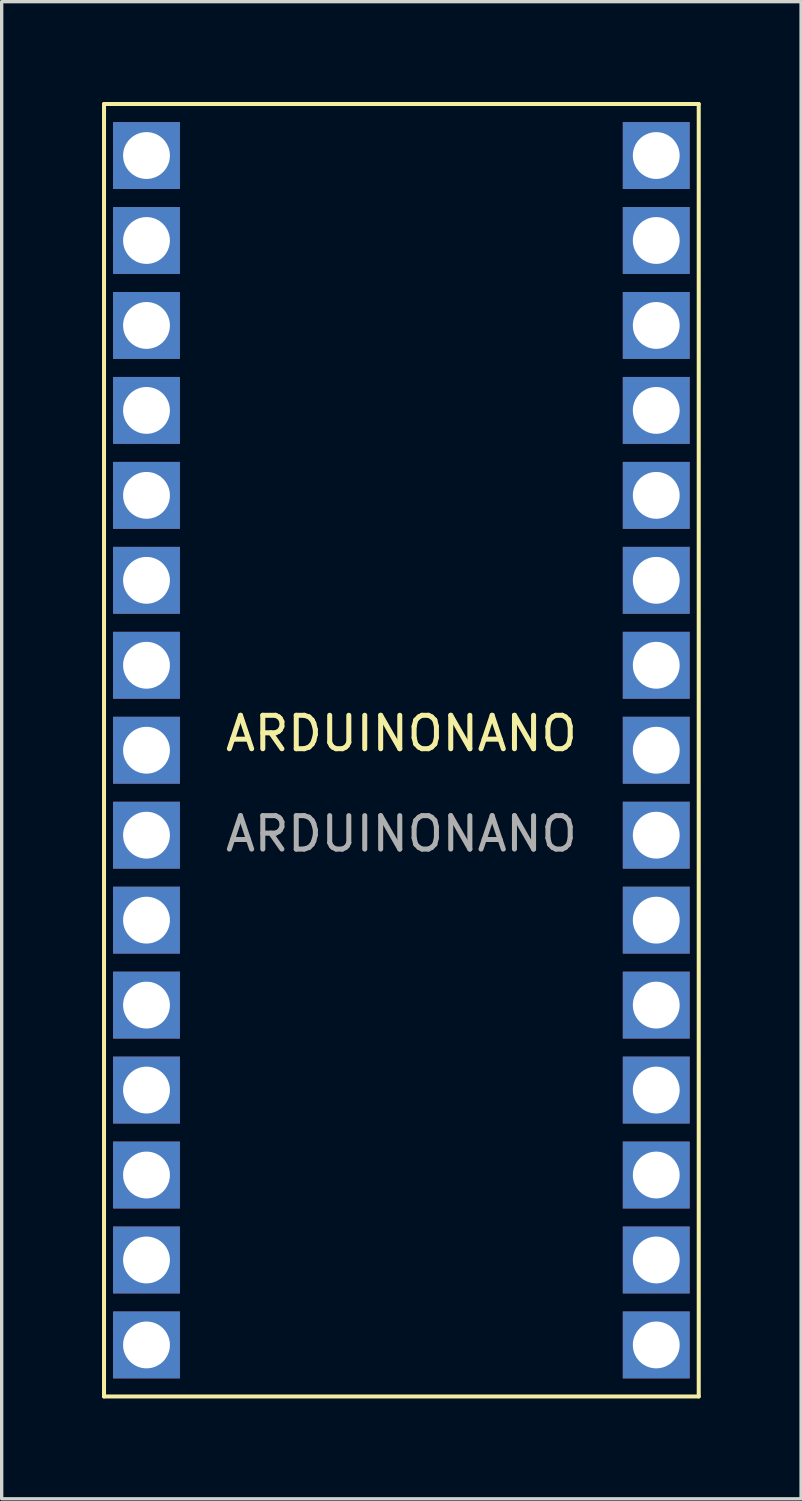
<source format=kicad_pcb>
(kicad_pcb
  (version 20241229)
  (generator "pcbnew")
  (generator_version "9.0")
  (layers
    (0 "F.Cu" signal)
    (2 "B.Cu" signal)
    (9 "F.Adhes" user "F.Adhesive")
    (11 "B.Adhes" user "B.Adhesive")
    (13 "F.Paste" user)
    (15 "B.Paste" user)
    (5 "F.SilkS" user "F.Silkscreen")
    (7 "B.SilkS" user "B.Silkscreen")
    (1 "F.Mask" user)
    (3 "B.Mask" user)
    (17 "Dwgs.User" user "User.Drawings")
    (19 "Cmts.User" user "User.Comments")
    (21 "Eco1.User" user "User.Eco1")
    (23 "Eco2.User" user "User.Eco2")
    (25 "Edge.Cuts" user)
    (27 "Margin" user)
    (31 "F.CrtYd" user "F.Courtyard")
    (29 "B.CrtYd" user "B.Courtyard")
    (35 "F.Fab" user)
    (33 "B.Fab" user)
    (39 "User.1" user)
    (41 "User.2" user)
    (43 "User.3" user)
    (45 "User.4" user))
  (footprint "ARDUINONANO"
    (layer "F.Cu")
    (at 8.95 19.38)
    (property "Reference" "ARDUINONANO" (at 0 -0.5 0) (unlocked yes) (layer "F.SilkS") (effects (font (size 1 1) (thickness 0.15))))
    (attr through_hole)
    (fp_line (start -8.89 -19.32) (end 8.89 -19.32) (stroke (width 0.12) (type solid)) (layer "F.SilkS"))
    (fp_line (start -8.89 19.32) (end -8.89 -19.32) (stroke (width 0.12) (type solid)) (layer "F.SilkS"))
    (fp_line (start -8.89 19.32) (end 8.89 19.32) (stroke (width 0.12) (type solid)) (layer "F.SilkS"))
    (fp_line (start 8.89 19.32) (end 8.89 -19.32) (stroke (width 0.12) (type solid)) (layer "F.SilkS"))
    (fp_text user "${REFERENCE}" (at 0 2.5 0) (unlocked yes) (layer "F.Fab") (effects (font (size 1 1) (thickness 0.15))))
    (pad "1" thru_hole rect (at -7.62 -17.78) (size 2 2) (drill 1.4) (layers "*.Cu" "*.Mask"))
    (pad "2" thru_hole rect (at -7.62 -15.24) (size 2 2) (drill 1.4) (layers "*.Cu" "*.Mask"))
    (pad "3" thru_hole rect (at -7.62 -12.7) (size 2 2) (drill 1.4) (layers "*.Cu" "*.Mask"))
    (pad "4" thru_hole rect (at -7.62 -10.16) (size 2 2) (drill 1.4) (layers "*.Cu" "*.Mask"))
    (pad "5" thru_hole rect (at -7.62 -7.62) (size 2 2) (drill 1.4) (layers "*.Cu" "*.Mask"))
    (pad "6" thru_hole rect (at -7.62 -5.08) (size 2 2) (drill 1.4) (layers "*.Cu" "*.Mask"))
    (pad "7" thru_hole rect (at -7.62 -2.54) (size 2 2) (drill 1.4) (layers "*.Cu" "*.Mask"))
    (pad "8" thru_hole rect (at -7.62 0) (size 2 2) (drill 1.4) (layers "*.Cu" "*.Mask"))
    (pad "9" thru_hole rect (at -7.62 2.54) (size 2 2) (drill 1.4) (layers "*.Cu" "*.Mask"))
    (pad "10" thru_hole rect (at -7.62 5.08) (size 2 2) (drill 1.4) (layers "*.Cu" "*.Mask"))
    (pad "11" thru_hole rect (at -7.62 7.62) (size 2 2) (drill 1.4) (layers "*.Cu" "*.Mask"))
    (pad "12" thru_hole rect (at -7.62 10.16) (size 2 2) (drill 1.4) (layers "*.Cu" "*.Mask"))
    (pad "13" thru_hole rect (at -7.62 12.7) (size 2 2) (drill 1.4) (layers "*.Cu" "*.Mask"))
    (pad "14" thru_hole rect (at -7.62 15.24) (size 2 2) (drill 1.4) (layers "*.Cu" "*.Mask"))
    (pad "15" thru_hole rect (at -7.62 17.78) (size 2 2) (drill 1.4) (layers "*.Cu" "*.Mask"))
    (pad "16" thru_hole rect (at 7.62 17.78) (size 2 2) (drill 1.4) (layers "*.Cu" "*.Mask"))
    (pad "17" thru_hole rect (at 7.62 15.24) (size 2 2) (drill 1.4) (layers "*.Cu" "*.Mask"))
    (pad "18" thru_hole rect (at 7.62 12.7) (size 2 2) (drill 1.4) (layers "*.Cu" "*.Mask"))
    (pad "19" thru_hole rect (at 7.62 10.16) (size 2 2) (drill 1.4) (layers "*.Cu" "*.Mask"))
    (pad "20" thru_hole rect (at 7.62 7.62) (size 2 2) (drill 1.4) (layers "*.Cu" "*.Mask"))
    (pad "21" thru_hole rect (at 7.62 5.08) (size 2 2) (drill 1.4) (layers "*.Cu" "*.Mask"))
    (pad "22" thru_hole rect (at 7.62 2.54) (size 2 2) (drill 1.4) (layers "*.Cu" "*.Mask"))
    (pad "23" thru_hole rect (at 7.62 0) (size 2 2) (drill 1.4) (layers "*.Cu" "*.Mask"))
    (pad "24" thru_hole rect (at 7.62 -2.54) (size 2 2) (drill 1.4) (layers "*.Cu" "*.Mask"))
    (pad "25" thru_hole rect (at 7.62 -5.08) (size 2 2) (drill 1.4) (layers "*.Cu" "*.Mask"))
    (pad "26" thru_hole rect (at 7.62 -7.62) (size 2 2) (drill 1.4) (layers "*.Cu" "*.Mask"))
    (pad "27" thru_hole rect (at 7.62 -10.16) (size 2 2) (drill 1.4) (layers "*.Cu" "*.Mask"))
    (pad "28" thru_hole rect (at 7.62 -12.7) (size 2 2) (drill 1.4) (layers "*.Cu" "*.Mask"))
    (pad "29" thru_hole rect (at 7.62 -15.24) (size 2 2) (drill 1.4) (layers "*.Cu" "*.Mask"))
    (pad "30" thru_hole rect (at 7.62 -17.78) (size 2 2) (drill 1.4) (layers "*.Cu" "*.Mask")))
  (gr_rect
    (start -3 -3)
    (end 20.9 41.76)
    (stroke (width 0.1) (type default))
    (fill no)
    (layer "Edge.Cuts")))
</source>
